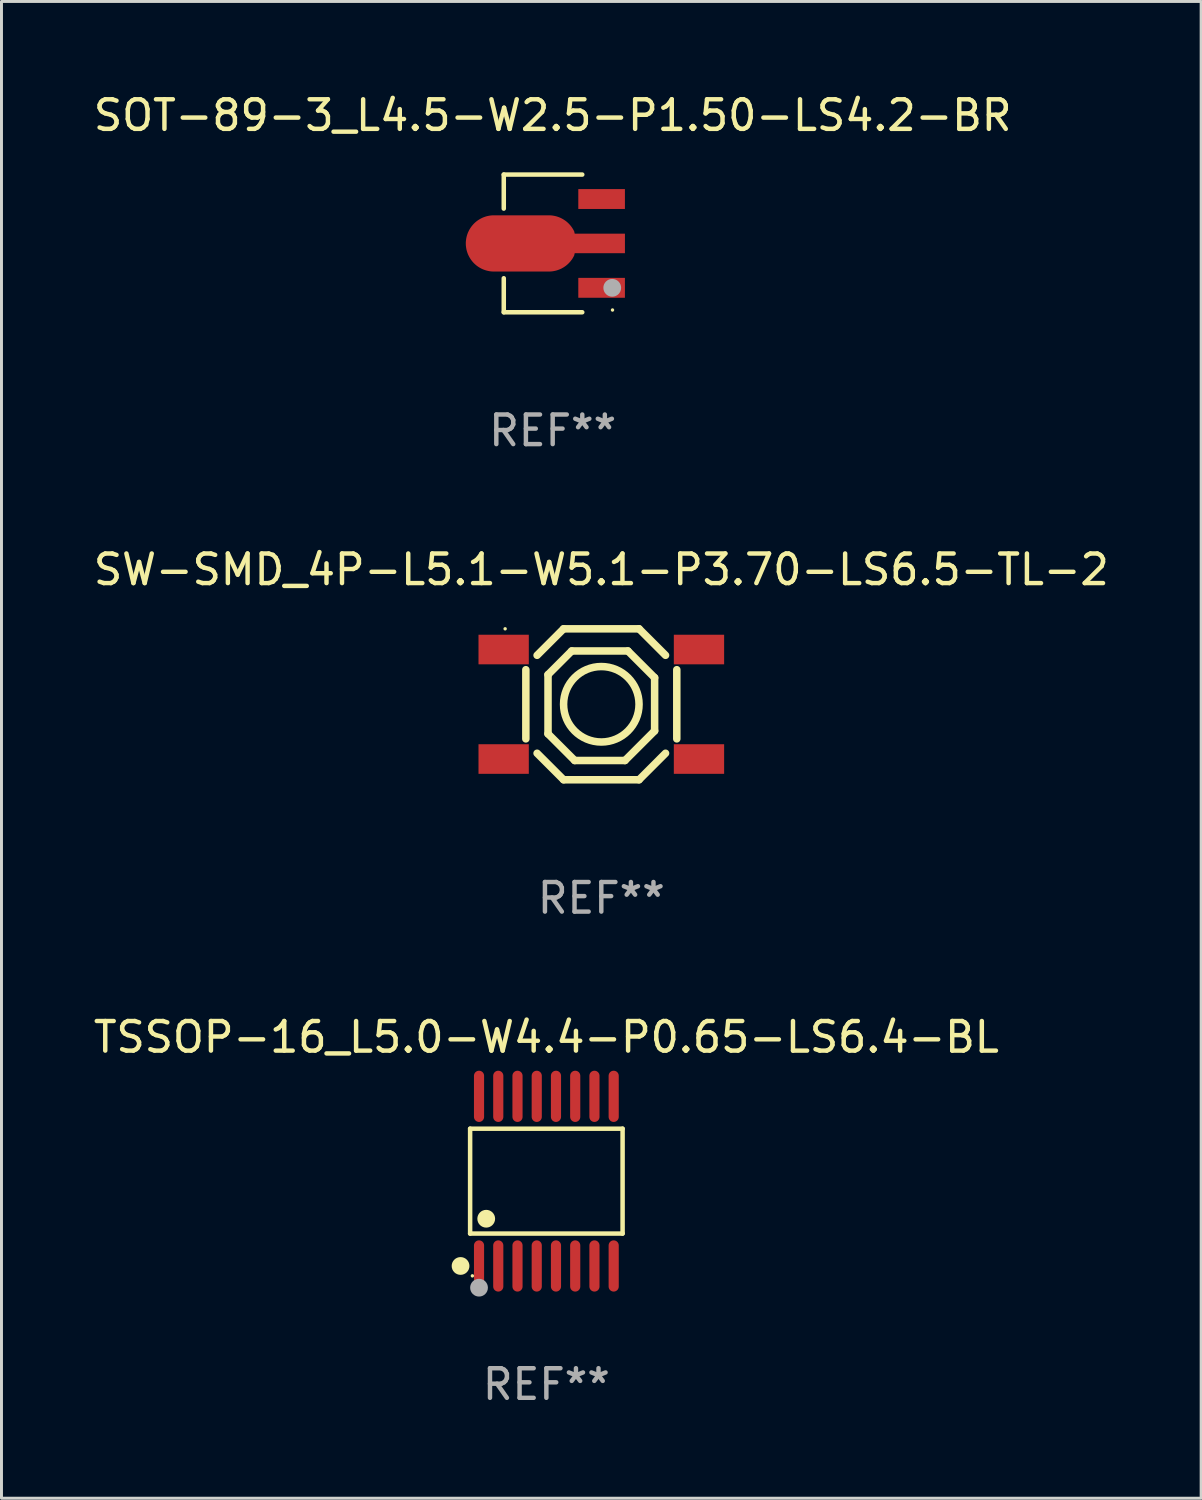
<source format=kicad_pcb>
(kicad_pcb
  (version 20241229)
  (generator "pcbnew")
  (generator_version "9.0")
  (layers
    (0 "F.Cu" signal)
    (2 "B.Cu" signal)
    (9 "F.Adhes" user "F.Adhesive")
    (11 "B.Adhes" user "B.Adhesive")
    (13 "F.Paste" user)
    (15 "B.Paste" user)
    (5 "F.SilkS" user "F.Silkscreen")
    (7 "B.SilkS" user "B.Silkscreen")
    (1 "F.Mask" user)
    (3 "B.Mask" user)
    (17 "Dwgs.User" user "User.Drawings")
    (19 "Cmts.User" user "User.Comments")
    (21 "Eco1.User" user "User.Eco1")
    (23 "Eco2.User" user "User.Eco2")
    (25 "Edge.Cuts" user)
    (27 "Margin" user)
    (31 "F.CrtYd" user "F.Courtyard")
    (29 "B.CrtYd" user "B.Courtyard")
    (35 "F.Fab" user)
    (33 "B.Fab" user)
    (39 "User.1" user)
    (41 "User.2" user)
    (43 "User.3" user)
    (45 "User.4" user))
  (footprint "SOT-89-3_L4.5-W2.5-P1.50-LS4.2-BR"
    (layer "F.Cu")
    (at 15.922 5.175)
    (property "Reference" "SOT-89-3_L4.5-W2.5-P1.50-LS4.2-BR" (at -0.297 -4.326 0) (layer "F.SilkS") (effects (font (size 1 1) (thickness 0.15))))
    (attr smd)
    (fp_line (start -1.95 -2.326) (end -1.95 -1.177) (stroke (width 0.152) (type solid)) (layer "F.SilkS"))
    (fp_line (start -1.95 2.326) (end -1.95 1.177) (stroke (width 0.152) (type solid)) (layer "F.SilkS"))
    (fp_line (start 0.702 -2.326) (end -1.95 -2.326) (stroke (width 0.152) (type solid)) (layer "F.SilkS"))
    (fp_line (start 0.702 2.326) (end -1.95 2.326) (stroke (width 0.152) (type solid)) (layer "F.SilkS"))
    (fp_circle (center 1.724 2.25) (end 1.754 2.25) (stroke (width 0.06) (type solid)) (fill no) (layer "F.SilkS"))
    (fp_circle (center 1.715 1.5) (end 1.865 1.5) (stroke (width 0.3) (type solid)) (fill no) (layer "F.Fab"))
    (fp_text user "REF**" (at -0.297 6.326 0) (layer "F.Fab") (effects (font (size 1 1) (thickness 0.15))))
    (pad "1" smd rect (at 1.356 1.5) (size 1.575 0.672) (layers "F.Cu" "F.Mask" "F.Paste"))
    (pad "2" smd custom (at -1.356 0.000127) (size 0.1 0.1) (layers "F.Cu" "F.Mask" "F.Paste") (options (anchor circle)) (primitives (gr_poly (pts (xy -0.927 -0.95) (xy 0.927 -0.95) (xy 0.972 -0.949) (xy 1.016 -0.946) (xy 1.06 -0.941) (xy 1.104 -0.933) (xy 1.148 -0.924) (xy 1.191 -0.913) (xy 1.233 -0.899) (xy 1.275 -0.884) (xy 1.316 -0.867) (xy 1.357 -0.847) (xy 1.396 -0.826) (xy 1.434 -0.803) (xy 1.471 -0.779) (xy 1.507 -0.753) (xy 1.542 -0.725) (xy 1.575 -0.695) (xy 1.607 -0.664) (xy 1.637 -0.631) (xy 1.666 -0.597) (xy 1.693 -0.562) (xy 1.719 -0.525) (xy 1.742 -0.488) (xy 1.764 -0.449) (xy 1.785 -0.409) (xy 1.803 -0.33) (xy 3.5 -0.33) (xy 3.5 0.33) (xy 1.803 0.33) (xy 1.785 0.409) (xy 1.764 0.449) (xy 1.742 0.488) (xy 1.719 0.526) (xy 1.693 0.562) (xy 1.666 0.597) (xy 1.637 0.631) (xy 1.607 0.664) (xy 1.575 0.695) (xy 1.542 0.725) (xy 1.507 0.753) (xy 1.471 0.779) (xy 1.434 0.804) (xy 1.396 0.826) (xy 1.357 0.848) (xy 1.316 0.867) (xy 1.275 0.884) (xy 1.233 0.899) (xy 1.191 0.913) (xy 1.148 0.924) (xy 1.104 0.933) (xy 1.06 0.941) (xy 1.016 0.946) (xy 0.972 0.949) (xy 0.927 0.95) (xy -0.927 0.95) (xy -0.972 0.949) (xy -1.016 0.946) (xy -1.06 0.941) (xy -1.104 0.933) (xy -1.148 0.924) (xy -1.191 0.913) (xy -1.233 0.899) (xy -1.275 0.884) (xy -1.316 0.867) (xy -1.356 0.848) (xy -1.396 0.826) (xy -1.434 0.804) (xy -1.471 0.779) (xy -1.507 0.753) (xy -1.541 0.725) (xy -1.575 0.695) (xy -1.607 0.664) (xy -1.637 0.631) (xy -1.666 0.597) (xy -1.693 0.562) (xy -1.718 0.526) (xy -1.742 0.488) (xy -1.764 0.449) (xy -1.784 0.409) (xy -1.803 0.369) (xy -1.819 0.327) (xy -1.833 0.285) (xy -1.846 0.242) (xy -1.856 0.199) (xy -1.864 0.155) (xy -1.87 0.111) (xy -1.875 0.067) (xy -1.877 0.022) (xy -1.877 -0.022) (xy -1.875 -0.067) (xy -1.87 -0.111) (xy -1.864 -0.155) (xy -1.856 -0.199) (xy -1.846 -0.242) (xy -1.833 -0.285) (xy -1.819 -0.327) (xy -1.803 -0.369) (xy -1.784 -0.409) (xy -1.764 -0.449) (xy -1.742 -0.488) (xy -1.718 -0.525) (xy -1.693 -0.562) (xy -1.666 -0.597) (xy -1.637 -0.631) (xy -1.607 -0.664) (xy -1.575 -0.695) (xy -1.541 -0.725) (xy -1.507 -0.753) (xy -1.471 -0.779) (xy -1.434 -0.803) (xy -1.396 -0.826) (xy -1.356 -0.847) (xy -1.316 -0.867) (xy -1.275 -0.884) (xy -1.233 -0.899) (xy -1.191 -0.913) (xy -1.148 -0.924) (xy -1.104 -0.933) (xy -1.06 -0.941) (xy -1.016 -0.946) (xy -0.972 -0.949) (xy -0.927 -0.95)) (width 0) (fill yes))))
    (pad "3" smd rect (at 1.356 -1.5) (size 1.575 0.672) (layers "F.Cu" "F.Mask" "F.Paste")))
  (footprint "SW-SMD_4P-L5.1-W5.1-P3.70-LS6.5-TL-2"
    (layer "F.Cu")
    (at 17.268 20.747)
    (property "Reference" "SW-SMD_4P-L5.1-W5.1-P3.70-LS6.5-TL-2" (at 0 -4.55 0) (layer "F.SilkS") (effects (font (size 1 1) (thickness 0.15))))
    (attr smd)
    (fp_line (start -2.55 -1.168) (end -2.55 1.168) (stroke (width 0.254) (type solid)) (layer "F.SilkS"))
    (fp_line (start -2.17 1.655) (end -1.275 2.55) (stroke (width 0.254) (type solid)) (layer "F.SilkS"))
    (fp_line (start -1.801 -1.001) (end -1.001 -1.801) (stroke (width 0.254) (type solid)) (layer "F.SilkS"))
    (fp_line (start -1.801 0.998) (end -1.801 -1.001) (stroke (width 0.254) (type solid)) (layer "F.SilkS"))
    (fp_line (start -1.275 -2.55) (end -2.17 -1.655) (stroke (width 0.254) (type solid)) (layer "F.SilkS"))
    (fp_line (start -1.275 -2.55) (end 1.275 -2.55) (stroke (width 0.254) (type solid)) (layer "F.SilkS"))
    (fp_line (start -1.275 2.55) (end 1.275 2.55) (stroke (width 0.254) (type solid)) (layer "F.SilkS"))
    (fp_line (start -1.001 -1.801) (end 0.899 -1.801) (stroke (width 0.254) (type solid)) (layer "F.SilkS"))
    (fp_line (start -0.899 1.9) (end -1.801 0.998) (stroke (width 0.254) (type solid)) (layer "F.SilkS"))
    (fp_line (start 0.8 1.9) (end -0.899 1.9) (stroke (width 0.254) (type solid)) (layer "F.SilkS"))
    (fp_line (start 0.899 -1.801) (end 1.801 -0.899) (stroke (width 0.254) (type solid)) (layer "F.SilkS"))
    (fp_line (start 1.275 -2.55) (end 2.17 -1.655) (stroke (width 0.254) (type solid)) (layer "F.SilkS"))
    (fp_line (start 1.801 -0.899) (end 1.801 0.899) (stroke (width 0.254) (type solid)) (layer "F.SilkS"))
    (fp_line (start 1.801 0.899) (end 0.8 1.9) (stroke (width 0.254) (type solid)) (layer "F.SilkS"))
    (fp_line (start 2.17 1.655) (end 1.275 2.55) (stroke (width 0.254) (type solid)) (layer "F.SilkS"))
    (fp_line (start 2.55 -1.168) (end 2.55 1.168) (stroke (width 0.254) (type solid)) (layer "F.SilkS"))
    (fp_circle (center -3.25 -2.55) (end -3.22 -2.55) (stroke (width 0.06) (type solid)) (fill no) (layer "F.SilkS"))
    (fp_circle (center 0 0) (end 1.275 0) (stroke (width 0.254) (type solid)) (fill no) (layer "F.SilkS"))
    (fp_text user "REF**" (at 0 6.55 0) (layer "F.Fab") (effects (font (size 1 1) (thickness 0.15))))
    (pad "1" smd rect (at -3.3 -1.85) (size 1.7 1) (layers "F.Cu" "F.Mask" "F.Paste"))
    (pad "2" smd rect (at 3.3 -1.85) (size 1.7 1) (layers "F.Cu" "F.Mask" "F.Paste"))
    (pad "3" smd rect (at -3.3 1.85) (size 1.7 1) (layers "F.Cu" "F.Mask" "F.Paste"))
    (pad "4" smd rect (at 3.3 1.85) (size 1.7 1) (layers "F.Cu" "F.Mask" "F.Paste")))
  (footprint "TSSOP-16_L5.0-W4.4-P0.65-LS6.4-BL"
    (layer "F.Cu")
    (at 15.411 36.86)
    (property "Reference" "TSSOP-16_L5.0-W4.4-P0.65-LS6.4-BL" (at 0 -4.866 0) (layer "F.SilkS") (effects (font (size 1 1) (thickness 0.15))))
    (attr smd)
    (fp_line (start -2.576 -1.772) (end 2.576 -1.772) (stroke (width 0.152) (type solid)) (layer "F.SilkS"))
    (fp_line (start -2.576 1.771) (end -2.576 -1.772) (stroke (width 0.152) (type solid)) (layer "F.SilkS"))
    (fp_line (start 2.576 -1.772) (end 2.576 1.771) (stroke (width 0.152) (type solid)) (layer "F.SilkS"))
    (fp_line (start 2.576 1.771) (end -2.576 1.771) (stroke (width 0.152) (type solid)) (layer "F.SilkS"))
    (fp_circle (center -2.899 2.866) (end -2.749 2.866) (stroke (width 0.3) (type solid)) (fill no) (layer "F.SilkS"))
    (fp_circle (center -2.5 3.2) (end -2.47 3.2) (stroke (width 0.06) (type solid)) (fill no) (layer "F.SilkS"))
    (fp_circle (center -2.032 1.27) (end -1.882 1.27) (stroke (width 0.3) (type solid)) (fill no) (layer "F.SilkS"))
    (fp_circle (center -2.275 3.6) (end -2.125 3.6) (stroke (width 0.3) (type solid)) (fill no) (layer "F.Fab"))
    (fp_text user "REF**" (at 0 6.866 0) (layer "F.Fab") (effects (font (size 1 1) (thickness 0.15))))
    (pad "1" smd oval (at -2.275 2.866) (size 0.343 1.731) (layers "F.Cu" "F.Mask" "F.Paste"))
    (pad "2" smd oval (at -1.625 2.866) (size 0.343 1.731) (layers "F.Cu" "F.Mask" "F.Paste"))
    (pad "3" smd oval (at -0.975 2.866) (size 0.343 1.731) (layers "F.Cu" "F.Mask" "F.Paste"))
    (pad "4" smd oval (at -0.325 2.866) (size 0.343 1.731) (layers "F.Cu" "F.Mask" "F.Paste"))
    (pad "5" smd oval (at 0.325 2.866) (size 0.343 1.731) (layers "F.Cu" "F.Mask" "F.Paste"))
    (pad "6" smd oval (at 0.975 2.866) (size 0.343 1.731) (layers "F.Cu" "F.Mask" "F.Paste"))
    (pad "7" smd oval (at 1.625 2.866) (size 0.343 1.731) (layers "F.Cu" "F.Mask" "F.Paste"))
    (pad "8" smd oval (at 2.275 2.866) (size 0.343 1.731) (layers "F.Cu" "F.Mask" "F.Paste"))
    (pad "9" smd oval (at 2.275 -2.866) (size 0.343 1.731) (layers "F.Cu" "F.Mask" "F.Paste"))
    (pad "10" smd oval (at 1.625 -2.866) (size 0.343 1.731) (layers "F.Cu" "F.Mask" "F.Paste"))
    (pad "11" smd oval (at 0.975 -2.866) (size 0.343 1.731) (layers "F.Cu" "F.Mask" "F.Paste"))
    (pad "12" smd oval (at 0.325 -2.866) (size 0.343 1.731) (layers "F.Cu" "F.Mask" "F.Paste"))
    (pad "13" smd oval (at -0.325 -2.866) (size 0.343 1.731) (layers "F.Cu" "F.Mask" "F.Paste"))
    (pad "14" smd oval (at -0.975 -2.866) (size 0.343 1.731) (layers "F.Cu" "F.Mask" "F.Paste"))
    (pad "15" smd oval (at -1.625 -2.866) (size 0.343 1.731) (layers "F.Cu" "F.Mask" "F.Paste"))
    (pad "16" smd oval (at -2.275 -2.866) (size 0.343 1.731) (layers "F.Cu" "F.Mask" "F.Paste")))
  (gr_rect
    (start -3 -3)
    (end 37.536 47.574)
    (stroke (width 0.1) (type default))
    (fill no)
    (layer "Edge.Cuts")))
</source>
